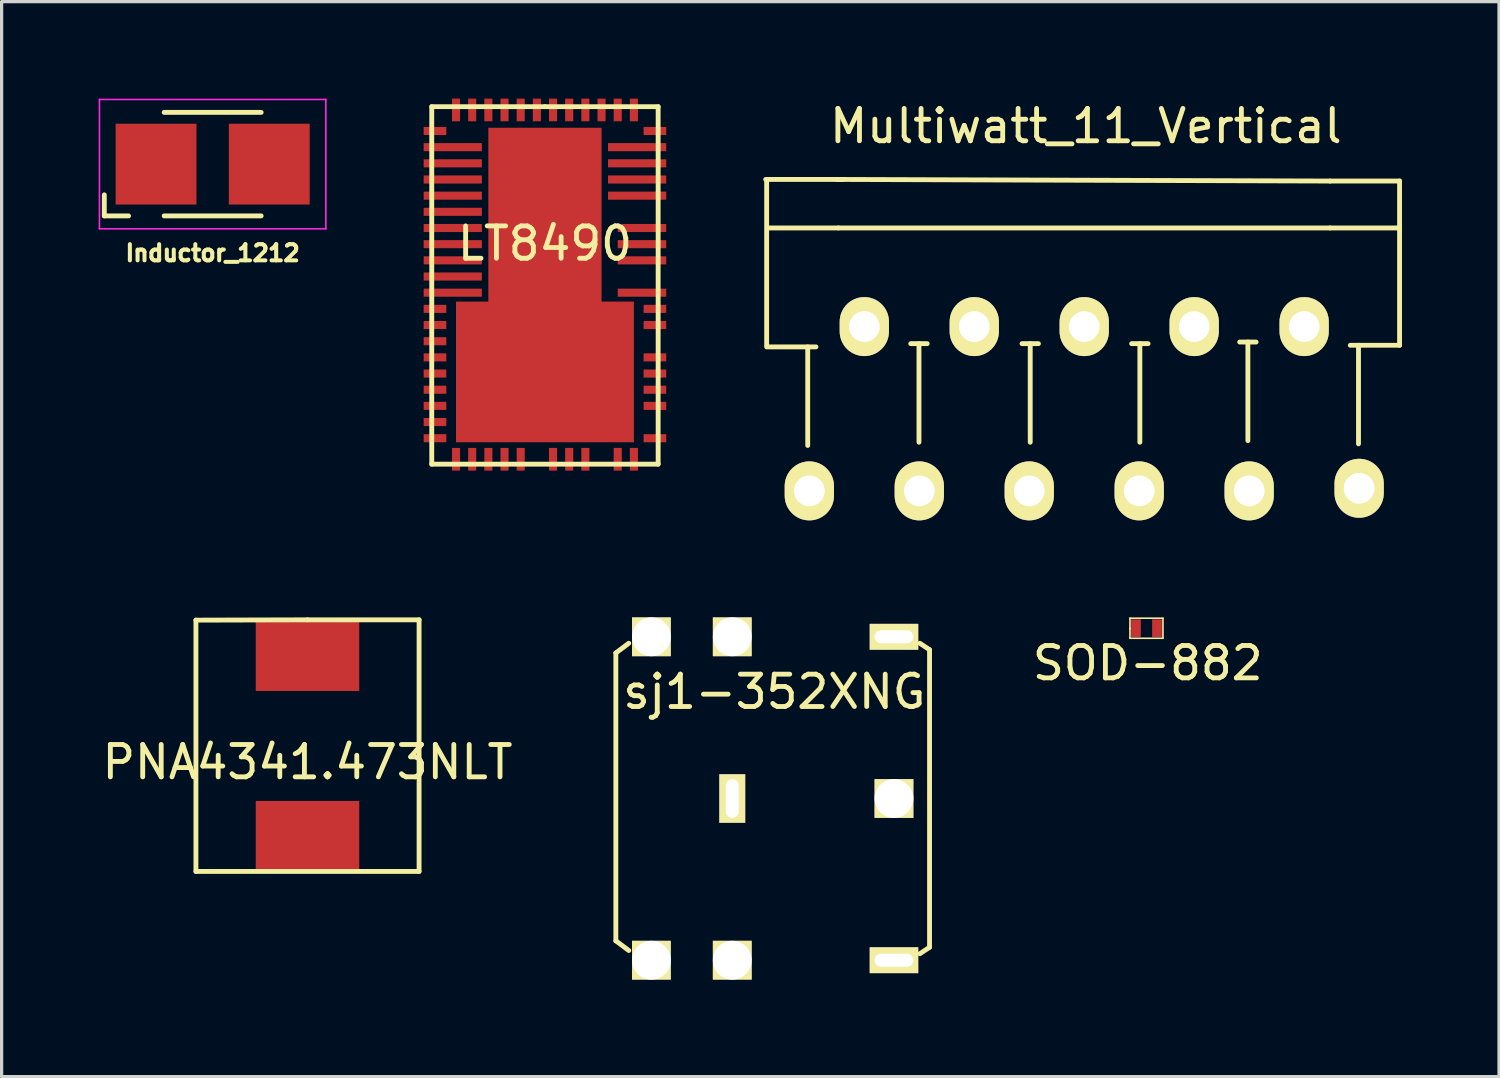
<source format=kicad_pcb>
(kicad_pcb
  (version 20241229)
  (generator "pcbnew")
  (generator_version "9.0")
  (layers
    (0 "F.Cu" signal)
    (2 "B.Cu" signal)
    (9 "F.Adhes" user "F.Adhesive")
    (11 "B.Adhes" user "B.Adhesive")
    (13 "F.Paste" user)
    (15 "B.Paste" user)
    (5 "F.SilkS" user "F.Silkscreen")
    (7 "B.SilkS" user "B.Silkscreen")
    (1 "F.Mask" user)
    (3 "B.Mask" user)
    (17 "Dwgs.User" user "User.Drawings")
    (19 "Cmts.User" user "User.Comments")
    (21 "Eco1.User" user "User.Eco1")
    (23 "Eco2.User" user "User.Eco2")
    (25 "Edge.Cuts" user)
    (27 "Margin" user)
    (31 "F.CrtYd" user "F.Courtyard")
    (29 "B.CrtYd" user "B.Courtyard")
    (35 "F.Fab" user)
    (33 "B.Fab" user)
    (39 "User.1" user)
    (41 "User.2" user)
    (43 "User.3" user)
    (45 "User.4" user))
  (footprint "PNA4341.473NLT"
    (layer "F.Cu")
    (at 6.458 20.015)
    (property "Reference" "PNA4341.473NLT" (at 0 0.5 0) (layer "F.SilkS") (effects (font (size 1 1) (thickness 0.15))))
    (attr through_hole)
    (fp_line (start -3.45 -3.89) (end 0 -3.9) (stroke (width 0.15) (type solid)) (layer "F.SilkS"))
    (fp_line (start -3.45 3.88) (end -3.45 -3.89) (stroke (width 0.15) (type solid)) (layer "F.SilkS"))
    (fp_line (start 0 -3.9) (end 3.45 -3.9) (stroke (width 0.15) (type solid)) (layer "F.SilkS"))
    (fp_line (start 3.45 -3.9) (end 3.45 3.88) (stroke (width 0.15) (type solid)) (layer "F.SilkS"))
    (fp_line (start 3.45 3.88) (end -3.45 3.88) (stroke (width 0.15) (type solid)) (layer "F.SilkS"))
    (pad "1" smd rect (at 0 -2.8) (size 3.2 2.2) (layers "F.Cu" "F.Mask" "F.Paste"))
    (pad "2" smd rect (at 0 2.8) (size 3.2 2.2) (layers "F.Cu" "F.Mask" "F.Paste")))
  (footprint "Inductor_1212"
    (layer "F.Cu")
    (at 3.525 2.025)
    (property "Reference" "Inductor_1212" (at 0 2.75 0) (layer "F.SilkS") (effects (font (size 0.5 0.5) (thickness 0.125))))
    (attr smd)
    (fp_line (start -3.35 1.6) (end -3.35 0.95) (stroke (width 0.15) (type solid)) (layer "F.SilkS"))
    (fp_line (start -2.6 1.6) (end -3.35 1.6) (stroke (width 0.15) (type solid)) (layer "F.SilkS"))
    (fp_line (start -1.5 -1.6) (end 1.5 -1.6) (stroke (width 0.15) (type solid)) (layer "F.SilkS"))
    (fp_line (start 1.5 1.6) (end -1.5 1.6) (stroke (width 0.15) (type solid)) (layer "F.SilkS"))
    (fp_line (start -3.5 -2) (end 3.5 -2) (stroke (width 0.05) (type solid)) (layer "F.CrtYd"))
    (fp_line (start -3.5 2) (end -3.5 -2) (stroke (width 0.05) (type solid)) (layer "F.CrtYd"))
    (fp_line (start 3.5 -2) (end 3.5 2) (stroke (width 0.05) (type solid)) (layer "F.CrtYd"))
    (fp_line (start 3.5 2) (end -3.5 2) (stroke (width 0.05) (type solid)) (layer "F.CrtYd"))
    (pad "1" smd rect (at -1.75 0) (size 2.5 2.5) (layers "F.Cu" "F.Mask" "F.Paste"))
    (pad "2" smd rect (at 1.75 0) (size 2.5 2.5) (layers "F.Cu" "F.Mask" "F.Paste")))
  (footprint "LT8490"
    (layer "F.Cu")
    (at 13.8 5.75)
    (property "Reference" "LT8490" (at 0 -1.27 0) (layer "F.SilkS") (effects (font (size 1 1) (thickness 0.15))))
    (attr through_hole)
    (fp_line (start -3.5 -5.502) (end -3.5 5.552) (stroke (width 0.15) (type solid)) (layer "F.SilkS"))
    (fp_line (start -3.5 5.552) (end 3.5 5.552) (stroke (width 0.15) (type solid)) (layer "F.SilkS"))
    (fp_line (start 0 -5.502) (end -3.5 -5.502) (stroke (width 0.15) (type solid)) (layer "F.SilkS"))
    (fp_line (start 3.5 -5.502) (end 0 -5.502) (stroke (width 0.15) (type solid)) (layer "F.SilkS"))
    (fp_line (start 3.5 5.552) (end 3.5 -5.502) (stroke (width 0.15) (type solid)) (layer "F.SilkS"))
    (pad "" smd rect (at 0 -2.15) (size 3.5 5.4) (layers "F.Cu" "F.Mask" "F.Paste"))
    (pad "" smd rect (at 0 2.7) (size 5.5 4.35) (layers "F.Cu" "F.Mask" "F.Paste"))
    (pad "1" smd rect (at -3.4 -4.75 90) (size 0.25 0.7) (layers "F.Cu" "F.Mask" "F.Paste"))
    (pad "2" smd rect (at -2.85 -4.25 90) (size 0.25 1.8) (layers "F.Cu" "F.Mask" "F.Paste"))
    (pad "3" smd rect (at -2.85 -3.75 90) (size 0.25 1.8) (layers "F.Cu" "F.Mask" "F.Paste"))
    (pad "4" smd rect (at -2.85 -3.25 90) (size 0.25 1.8) (layers "F.Cu" "F.Mask" "F.Paste"))
    (pad "5" smd rect (at -2.85 -2.75 90) (size 0.25 1.8) (layers "F.Cu" "F.Mask" "F.Paste"))
    (pad "6" smd rect (at -2.85 -2.25 90) (size 0.25 1.8) (layers "F.Cu" "F.Mask" "F.Paste"))
    (pad "7" smd rect (at -2.85 -1.75 90) (size 0.25 1.8) (layers "F.Cu" "F.Mask" "F.Paste"))
    (pad "8" smd rect (at -2.85 -1.25 90) (size 0.25 1.8) (layers "F.Cu" "F.Mask" "F.Paste"))
    (pad "9" smd rect (at -2.85 -0.75 90) (size 0.25 1.8) (layers "F.Cu" "F.Mask" "F.Paste"))
    (pad "10" smd rect (at -2.85 -0.25 90) (size 0.25 1.8) (layers "F.Cu" "F.Mask" "F.Paste"))
    (pad "11" smd rect (at -2.85 0.25 90) (size 0.25 1.8) (layers "F.Cu" "F.Mask" "F.Paste"))
    (pad "12" smd rect (at -3.4 0.75 90) (size 0.25 0.7) (layers "F.Cu" "F.Mask" "F.Paste"))
    (pad "13" smd rect (at -3.4 1.25 90) (size 0.25 0.7) (layers "F.Cu" "F.Mask" "F.Paste"))
    (pad "14" smd rect (at -3.4 1.75 90) (size 0.25 0.7) (layers "F.Cu" "F.Mask" "F.Paste"))
    (pad "15" smd rect (at -3.4 2.25 90) (size 0.25 0.7) (layers "F.Cu" "F.Mask" "F.Paste"))
    (pad "16" smd rect (at -3.4 2.75 90) (size 0.25 0.7) (layers "F.Cu" "F.Mask" "F.Paste"))
    (pad "17" smd rect (at -3.4 3.25 90) (size 0.25 0.7) (layers "F.Cu" "F.Mask" "F.Paste"))
    (pad "18" smd rect (at -3.4 3.75 90) (size 0.25 0.7) (layers "F.Cu" "F.Mask" "F.Paste"))
    (pad "19" smd rect (at -3.4 4.25 90) (size 0.25 0.7) (layers "F.Cu" "F.Mask" "F.Paste"))
    (pad "20" smd rect (at -3.4 4.75 90) (size 0.25 0.7) (layers "F.Cu" "F.Mask" "F.Paste"))
    (pad "21" smd rect (at -2.75 5.4 180) (size 0.25 0.7) (layers "F.Cu" "F.Mask" "F.Paste"))
    (pad "22" smd rect (at -2.25 5.4 180) (size 0.25 0.7) (layers "F.Cu" "F.Mask" "F.Paste"))
    (pad "23" smd rect (at -1.75 5.4 180) (size 0.25 0.7) (layers "F.Cu" "F.Mask" "F.Paste"))
    (pad "24" smd rect (at -1.25 5.4 180) (size 0.25 0.7) (layers "F.Cu" "F.Mask" "F.Paste"))
    (pad "25" smd rect (at -0.75 5.4 180) (size 0.25 0.7) (layers "F.Cu" "F.Mask" "F.Paste"))
    (pad "27" smd rect (at 0.25 5.4 180) (size 0.25 0.7) (layers "F.Cu" "F.Mask" "F.Paste"))
    (pad "28" smd rect (at 0.75 5.4 180) (size 0.25 0.7) (layers "F.Cu" "F.Mask" "F.Paste"))
    (pad "29" smd rect (at 1.25 5.4 180) (size 0.25 0.7) (layers "F.Cu" "F.Mask" "F.Paste"))
    (pad "31" smd rect (at 2.25 5.4 180) (size 0.25 0.7) (layers "F.Cu" "F.Mask" "F.Paste"))
    (pad "32" smd rect (at 2.75 5.4 180) (size 0.25 0.7) (layers "F.Cu" "F.Mask" "F.Paste"))
    (pad "33" smd rect (at 3.4 4.75 90) (size 0.25 0.7) (layers "F.Cu" "F.Mask" "F.Paste"))
    (pad "35" smd rect (at 3.4 3.75 90) (size 0.25 0.7) (layers "F.Cu" "F.Mask" "F.Paste"))
    (pad "36" smd rect (at 3.4 3.25 90) (size 0.25 0.7) (layers "F.Cu" "F.Mask" "F.Paste"))
    (pad "37" smd rect (at 3.4 2.75 90) (size 0.25 0.7) (layers "F.Cu" "F.Mask" "F.Paste"))
    (pad "38" smd rect (at 3.4 2.25 90) (size 0.25 0.7) (layers "F.Cu" "F.Mask" "F.Paste"))
    (pad "40" smd rect (at 3.4 1.25 90) (size 0.25 0.7) (layers "F.Cu" "F.Mask" "F.Paste"))
    (pad "41" smd rect (at 3.4 0.75 90) (size 0.25 0.7) (layers "F.Cu" "F.Mask" "F.Paste"))
    (pad "42" smd rect (at 3 0.25 90) (size 0.25 1.5) (layers "F.Cu" "F.Mask" "F.Paste"))
    (pad "44" smd rect (at 3 -0.75 90) (size 0.25 1.5) (layers "F.Cu" "F.Mask" "F.Paste"))
    (pad "45" smd rect (at 3 -1.25 90) (size 0.25 1.5) (layers "F.Cu" "F.Mask" "F.Paste"))
    (pad "46" smd rect (at 3 -1.75 90) (size 0.25 1.5) (layers "F.Cu" "F.Mask" "F.Paste"))
    (pad "48" smd rect (at 2.85 -2.75 90) (size 0.25 1.8) (layers "F.Cu" "F.Mask" "F.Paste"))
    (pad "49" smd rect (at 2.85 -3.25 90) (size 0.25 1.8) (layers "F.Cu" "F.Mask" "F.Paste"))
    (pad "50" smd rect (at 2.85 -3.75 90) (size 0.25 1.8) (layers "F.Cu" "F.Mask" "F.Paste"))
    (pad "51" smd rect (at 2.85 -4.25 90) (size 0.25 1.8) (layers "F.Cu" "F.Mask" "F.Paste"))
    (pad "52" smd rect (at 3.4 -4.75 90) (size 0.25 0.7) (layers "F.Cu" "F.Mask" "F.Paste"))
    (pad "53" smd rect (at 2.75 -5.4 180) (size 0.25 0.7) (layers "F.Cu" "F.Mask" "F.Paste"))
    (pad "54" smd rect (at 2.25 -5.4 180) (size 0.25 0.7) (layers "F.Cu" "F.Mask" "F.Paste"))
    (pad "55" smd rect (at 1.75 -5.4 180) (size 0.25 0.7) (layers "F.Cu" "F.Mask" "F.Paste"))
    (pad "56" smd rect (at 1.25 -5.4 180) (size 0.25 0.7) (layers "F.Cu" "F.Mask" "F.Paste"))
    (pad "57" smd rect (at 0.75 -5.4 180) (size 0.25 0.7) (layers "F.Cu" "F.Mask" "F.Paste"))
    (pad "58" smd rect (at 0.25 -5.4 180) (size 0.25 0.7) (layers "F.Cu" "F.Mask" "F.Paste"))
    (pad "59" smd rect (at -0.25 -5.4 180) (size 0.25 0.7) (layers "F.Cu" "F.Mask" "F.Paste"))
    (pad "60" smd rect (at -0.75 -5.4 180) (size 0.25 0.7) (layers "F.Cu" "F.Mask" "F.Paste"))
    (pad "61" smd rect (at -1.25 -5.4 180) (size 0.25 0.7) (layers "F.Cu" "F.Mask" "F.Paste"))
    (pad "62" smd rect (at -1.75 -5.4 180) (size 0.25 0.7) (layers "F.Cu" "F.Mask" "F.Paste"))
    (pad "63" smd rect (at -2.25 -5.4 180) (size 0.25 0.7) (layers "F.Cu" "F.Mask" "F.Paste"))
    (pad "64" smd rect (at -2.75 -5.4 180) (size 0.25 0.7) (layers "F.Cu" "F.Mask" "F.Paste")))
  (footprint "SOD-882"
    (layer "F.Cu")
    (at 32.399 16.375)
    (property "Reference" "SOD-882" (at 0.04 1.08 0) (layer "F.SilkS") (effects (font (size 1 1) (thickness 0.15))))
    (attr through_hole)
    (fp_line (start -0.51 -0.31) (end -0.51 0.01) (stroke (width 0.05) (type solid)) (layer "F.SilkS"))
    (fp_line (start -0.51 0) (end -0.51 0.31) (stroke (width 0.05) (type solid)) (layer "F.SilkS"))
    (fp_line (start -0.51 0.31) (end 0.51 0.31) (stroke (width 0.05) (type solid)) (layer "F.SilkS"))
    (fp_line (start 0.51 -0.31) (end -0.51 -0.31) (stroke (width 0.05) (type solid)) (layer "F.SilkS"))
    (fp_line (start 0.51 0.31) (end 0.51 -0.31) (stroke (width 0.05) (type solid)) (layer "F.SilkS"))
    (pad "1" smd rect (at -0.325 0 270) (size 0.55 0.3) (layers "F.Cu" "F.Mask" "F.Paste"))
    (pad "2" smd rect (at 0.325 0 270) (size 0.55 0.3) (layers "F.Cu" "F.Mask" "F.Paste")))
  (footprint "sj1-352XNG"
    (layer "F.Cu")
    (at 19.592 21.64)
    (property "Reference" "sj1-352XNG" (at 1.3 -3.3 0) (layer "F.SilkS") (effects (font (size 1 1) (thickness 0.15))))
    (attr through_hole)
    (fp_line (start -3.6 -4.5) (end -3.6 4.4) (stroke (width 0.15) (type solid)) (layer "F.SilkS"))
    (fp_line (start -3.6 4.4) (end -3.2 4.7) (stroke (width 0.15) (type solid)) (layer "F.SilkS"))
    (fp_line (start -3.2 -4.8) (end -3.6 -4.5) (stroke (width 0.15) (type solid)) (layer "F.SilkS"))
    (fp_line (start 5.8 -4.8) (end 6.1 -4.6) (stroke (width 0.15) (type solid)) (layer "F.SilkS"))
    (fp_line (start 6.1 -4.6) (end 6.1 4.6) (stroke (width 0.15) (type solid)) (layer "F.SilkS"))
    (fp_line (start 6.1 4.6) (end 5.8 4.8) (stroke (width 0.15) (type solid)) (layer "F.SilkS"))
    (pad "1" thru_hole rect (at 0 0) (size 0.8 1.5) (drill oval 0.4 1.2) (layers "*.Cu" "*.Mask" "F.SilkS"))
    (pad "2" thru_hole rect (at 5 -5) (size 1.5 0.8) (drill oval 1.2 0.4) (layers "*.Cu" "*.Mask" "F.SilkS"))
    (pad "3" thru_hole rect (at 5 5) (size 1.5 0.8) (drill oval 1.2 0.4) (layers "*.Cu" "*.Mask" "F.SilkS"))
    (pad "~" thru_hole rect (at -2.5 -5) (size 1.2 1.2) (drill 1.2) (layers "*.Cu" "*.Mask" "F.SilkS"))
    (pad "~" thru_hole rect (at -2.5 5) (size 1.2 1.2) (drill 1.2) (layers "*.Cu" "*.Mask" "F.SilkS"))
    (pad "~" thru_hole rect (at 0 -5) (size 1.2 1.2) (drill 1.2) (layers "*.Cu" "*.Mask" "F.SilkS"))
    (pad "~" thru_hole rect (at 0 5) (size 1.2 1.2) (drill 1.2) (layers "*.Cu" "*.Mask" "F.SilkS"))
    (pad "~" thru_hole rect (at 5 0) (size 1.2 1.2) (drill 1.2) (layers "*.Cu" "*.Mask" "F.SilkS")))
  (footprint "Multiwatt_11_Vertical"
    (layer "F.Cu")
    (at 30.475 7.048)
    (property "Reference" "Multiwatt_11_Vertical" (at 0.05 -6.2 0) (layer "F.SilkS") (effects (font (size 1 1) (thickness 0.15))))
    (attr through_hole)
    (fp_line (start -9.85 -4.55) (end -7.45 -4.55) (stroke (width 0.15) (type solid)) (layer "F.SilkS"))
    (fp_line (start -9.82 -4.502) (end -9.82 0.578) (stroke (width 0.15) (type solid)) (layer "F.SilkS"))
    (fp_line (start -9.82 0.628) (end -8.296 0.628) (stroke (width 0.15) (type solid)) (layer "F.SilkS"))
    (fp_line (start -8.55 3.676) (end -8.55 0.628) (stroke (width 0.15) (type solid)) (layer "F.SilkS"))
    (fp_line (start -7.65 -4.55) (end 7.6 -4.5) (stroke (width 0.15) (type solid)) (layer "F.SilkS"))
    (fp_line (start -7.6 -3.05) (end -9.8 -3.05) (stroke (width 0.15) (type solid)) (layer "F.SilkS"))
    (fp_line (start -5.11 3.576) (end -5.11 0.528) (stroke (width 0.15) (type solid)) (layer "F.SilkS"))
    (fp_line (start -4.856 0.528) (end -5.364 0.528) (stroke (width 0.15) (type solid)) (layer "F.SilkS"))
    (fp_line (start -1.67 3.576) (end -1.67 0.528) (stroke (width 0.15) (type solid)) (layer "F.SilkS"))
    (fp_line (start -1.416 0.528) (end -1.924 0.528) (stroke (width 0.15) (type solid)) (layer "F.SilkS"))
    (fp_line (start 1.72 3.576) (end 1.72 0.528) (stroke (width 0.15) (type solid)) (layer "F.SilkS"))
    (fp_line (start 1.974 0.528) (end 1.466 0.528) (stroke (width 0.15) (type solid)) (layer "F.SilkS"))
    (fp_line (start 5.06 3.526) (end 5.06 0.478) (stroke (width 0.15) (type solid)) (layer "F.SilkS"))
    (fp_line (start 5.314 0.478) (end 4.806 0.478) (stroke (width 0.15) (type solid)) (layer "F.SilkS"))
    (fp_line (start 7.6 -4.5) (end 9.75 -4.5) (stroke (width 0.15) (type solid)) (layer "F.SilkS"))
    (fp_line (start 7.6 -3.05) (end -7.6 -3.05) (stroke (width 0.15) (type solid)) (layer "F.SilkS"))
    (fp_line (start 7.6 -3.05) (end 9.7 -3.05) (stroke (width 0.15) (type solid)) (layer "F.SilkS"))
    (fp_line (start 8.48 3.626) (end 8.48 0.578) (stroke (width 0.15) (type solid)) (layer "F.SilkS"))
    (fp_line (start 9.7 -3.05) (end 9.75 -3.05) (stroke (width 0.15) (type solid)) (layer "F.SilkS"))
    (fp_line (start 9.75 -4.502) (end 9.75 0.578) (stroke (width 0.15) (type solid)) (layer "F.SilkS"))
    (fp_line (start 9.75 0.578) (end 8.226 0.578) (stroke (width 0.15) (type solid)) (layer "F.SilkS"))
    (pad "1" thru_hole oval (at -8.5 5.08) (size 1.524 1.824) (drill 0.95) (layers "*.Cu" "*.Mask" "F.SilkS"))
    (pad "2" thru_hole oval (at -6.8 0) (size 1.524 1.824) (drill 0.95) (layers "*.Cu" "*.Mask" "F.SilkS"))
    (pad "3" thru_hole oval (at -5.1 5.08) (size 1.524 1.824) (drill 0.95) (layers "*.Cu" "*.Mask" "F.SilkS"))
    (pad "4" thru_hole oval (at -3.4 0) (size 1.524 1.824) (drill 0.95) (layers "*.Cu" "*.Mask" "F.SilkS"))
    (pad "5" thru_hole oval (at -1.7 5.08) (size 1.524 1.824) (drill 0.95) (layers "*.Cu" "*.Mask" "F.SilkS"))
    (pad "6" thru_hole oval (at 0 0) (size 1.524 1.824) (drill 0.95) (layers "*.Cu" "*.Mask" "F.SilkS"))
    (pad "7" thru_hole oval (at 1.7 5.08) (size 1.524 1.824) (drill 0.95) (layers "*.Cu" "*.Mask" "F.SilkS"))
    (pad "8" thru_hole oval (at 3.4 0) (size 1.524 1.824) (drill 0.95) (layers "*.Cu" "*.Mask" "F.SilkS"))
    (pad "9" thru_hole oval (at 5.1 5.08) (size 1.524 1.824) (drill 0.95) (layers "*.Cu" "*.Mask" "F.SilkS"))
    (pad "10" thru_hole oval (at 6.8 0) (size 1.524 1.824) (drill 0.95) (layers "*.Cu" "*.Mask" "F.SilkS"))
    (pad "11" thru_hole oval (at 8.5 5) (size 1.524 1.824) (drill 0.95) (layers "*.Cu" "*.Mask" "F.SilkS")))
  (gr_rect
    (start -3 -3)
    (end 43.3 30.24)
    (stroke (width 0.1) (type default))
    (fill no)
    (layer "Edge.Cuts")))
</source>
